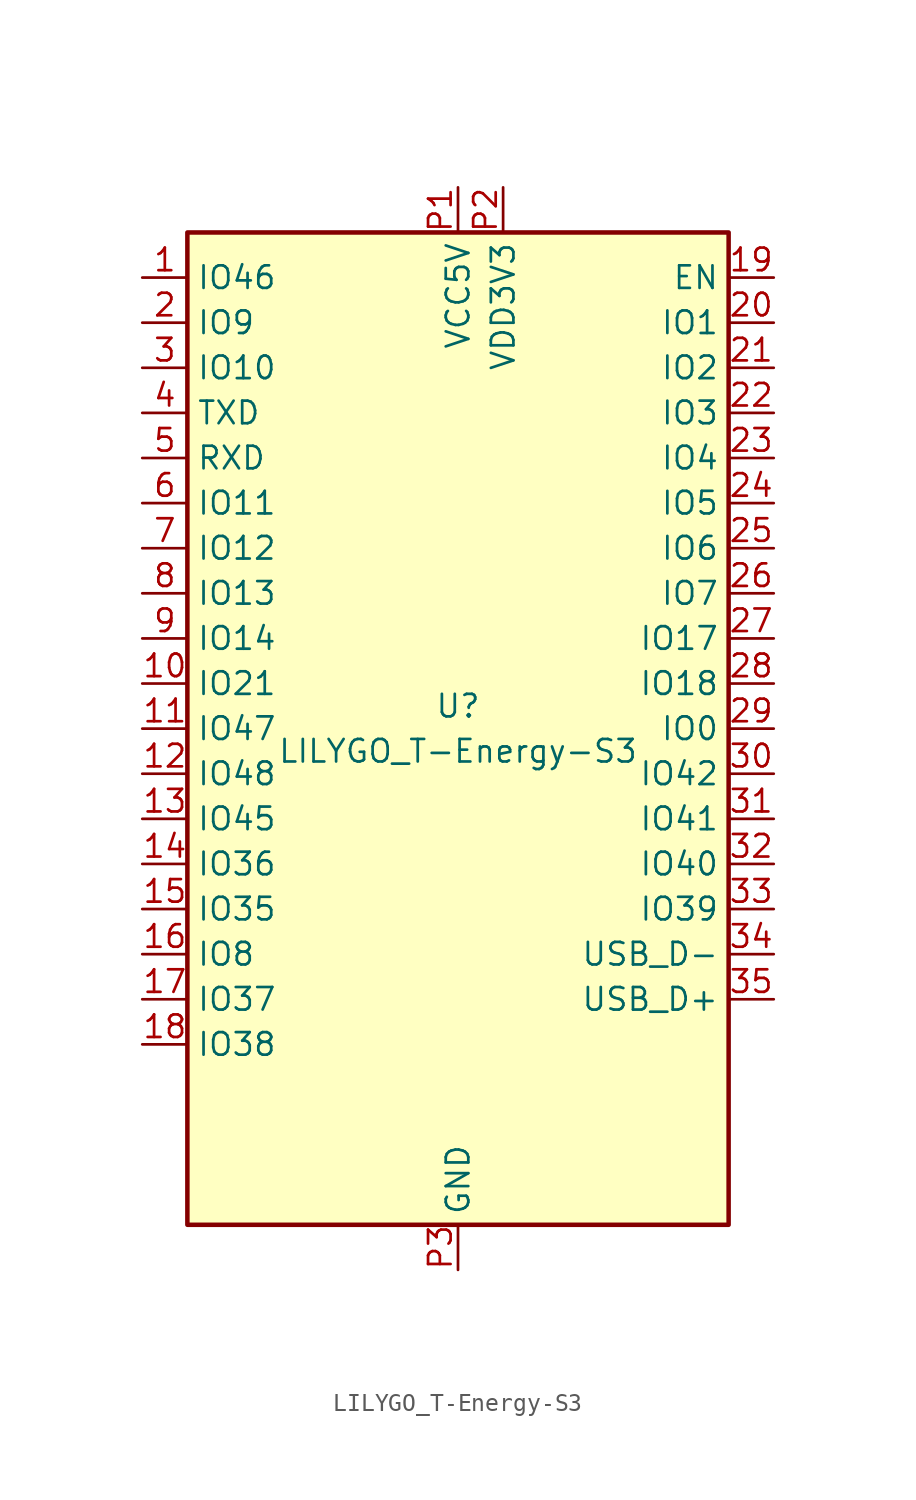
<source format=kicad_sym>
(kicad_symbol_lib
  (version 20231120)
  (generator "kicad_symbol_editor")
  (generator_version "8.0")
  (symbol "LILYGO_T-Energy-S3"
    (property "Reference" "U"
      (at 0 1.27 0)
      (effects (font (size 1.27 1.27))))
    (property "Value" "LILYGO_T-Energy-S3"
      (at 0 -1.27 0)
      (effects (font (size 1.27 1.27))))
    (symbol "LILYGO_T-Energy-S3_0_1"
      (rectangle (start -15.24 27.94) (end 15.24 -27.94) (stroke (width 0.254) (type default)) (fill (type background))))
    (symbol "LILYGO_T-Energy-S3_1_1"
      (pin bidirectional line (at -17.78 25.4 0) (length 2.54) (name "IO46" (effects (font (size 1.27 1.27)))) (number "1" (effects (font (size 1.27 1.27)))))
      (pin bidirectional line (at -17.78 2.54 0) (length 2.54) (name "IO21" (effects (font (size 1.27 1.27)))) (number "10" (effects (font (size 1.27 1.27)))))
      (pin bidirectional line (at -17.78 0 0) (length 2.54) (name "IO47" (effects (font (size 1.27 1.27)))) (number "11" (effects (font (size 1.27 1.27)))))
      (pin bidirectional line (at -17.78 -2.54 0) (length 2.54) (name "IO48" (effects (font (size 1.27 1.27)))) (number "12" (effects (font (size 1.27 1.27)))))
      (pin bidirectional line (at -17.78 -5.08 0) (length 2.54) (name "IO45" (effects (font (size 1.27 1.27)))) (number "13" (effects (font (size 1.27 1.27)))))
      (pin bidirectional line (at -17.78 -7.62 0) (length 2.54) (name "IO36" (effects (font (size 1.27 1.27)))) (number "14" (effects (font (size 1.27 1.27)))))
      (pin bidirectional line (at -17.78 -10.16 0) (length 2.54) (name "IO35" (effects (font (size 1.27 1.27)))) (number "15" (effects (font (size 1.27 1.27)))))
      (pin bidirectional line (at -17.78 -12.7 0) (length 2.54) (name "IO8" (effects (font (size 1.27 1.27)))) (number "16" (effects (font (size 1.27 1.27)))))
      (pin bidirectional line (at -17.78 -15.24 0) (length 2.54) (name "IO37" (effects (font (size 1.27 1.27)))) (number "17" (effects (font (size 1.27 1.27)))))
      (pin bidirectional line (at -17.78 -17.78 0) (length 2.54) (name "IO38" (effects (font (size 1.27 1.27)))) (number "18" (effects (font (size 1.27 1.27)))))
      (pin input line (at 17.78 25.4 180) (length 2.54) (name "EN" (effects (font (size 1.27 1.27)))) (number "19" (effects (font (size 1.27 1.27)))))
      (pin bidirectional line (at -17.78 22.86 0) (length 2.54) (name "IO9" (effects (font (size 1.27 1.27)))) (number "2" (effects (font (size 1.27 1.27)))))
      (pin bidirectional line (at 17.78 22.86 180) (length 2.54) (name "IO1" (effects (font (size 1.27 1.27)))) (number "20" (effects (font (size 1.27 1.27)))))
      (pin bidirectional line (at 17.78 20.32 180) (length 2.54) (name "IO2" (effects (font (size 1.27 1.27)))) (number "21" (effects (font (size 1.27 1.27)))))
      (pin bidirectional line (at 17.78 17.78 180) (length 2.54) (name "IO3" (effects (font (size 1.27 1.27)))) (number "22" (effects (font (size 1.27 1.27)))))
      (pin bidirectional line (at 17.78 15.24 180) (length 2.54) (name "IO4" (effects (font (size 1.27 1.27)))) (number "23" (effects (font (size 1.27 1.27)))))
      (pin bidirectional line (at 17.78 12.7 180) (length 2.54) (name "IO5" (effects (font (size 1.27 1.27)))) (number "24" (effects (font (size 1.27 1.27)))))
      (pin bidirectional line (at 17.78 10.16 180) (length 2.54) (name "IO6" (effects (font (size 1.27 1.27)))) (number "25" (effects (font (size 1.27 1.27)))))
      (pin bidirectional line (at 17.78 7.62 180) (length 2.54) (name "IO7" (effects (font (size 1.27 1.27)))) (number "26" (effects (font (size 1.27 1.27)))))
      (pin bidirectional line (at 17.78 5.08 180) (length 2.54) (name "IO17" (effects (font (size 1.27 1.27)))) (number "27" (effects (font (size 1.27 1.27)))))
      (pin bidirectional line (at 17.78 2.54 180) (length 2.54) (name "IO18" (effects (font (size 1.27 1.27)))) (number "28" (effects (font (size 1.27 1.27)))))
      (pin bidirectional line (at 17.78 0 180) (length 2.54) (name "IO0" (effects (font (size 1.27 1.27)))) (number "29" (effects (font (size 1.27 1.27)))))
      (pin bidirectional line (at -17.78 20.32 0) (length 2.54) (name "IO10" (effects (font (size 1.27 1.27)))) (number "3" (effects (font (size 1.27 1.27)))))
      (pin bidirectional line (at 17.78 -2.54 180) (length 2.54) (name "IO42" (effects (font (size 1.27 1.27)))) (number "30" (effects (font (size 1.27 1.27)))))
      (pin bidirectional line (at 17.78 -5.08 180) (length 2.54) (name "IO41" (effects (font (size 1.27 1.27)))) (number "31" (effects (font (size 1.27 1.27)))))
      (pin bidirectional line (at 17.78 -7.62 180) (length 2.54) (name "IO40" (effects (font (size 1.27 1.27)))) (number "32" (effects (font (size 1.27 1.27)))))
      (pin bidirectional line (at 17.78 -10.16 180) (length 2.54) (name "IO39" (effects (font (size 1.27 1.27)))) (number "33" (effects (font (size 1.27 1.27)))))
      (pin bidirectional line (at 17.78 -12.7 180) (length 2.54) (name "USB_D-" (effects (font (size 1.27 1.27)))) (number "34" (effects (font (size 1.27 1.27)))))
      (pin bidirectional line (at 17.78 -15.24 180) (length 2.54) (name "USB_D+" (effects (font (size 1.27 1.27)))) (number "35" (effects (font (size 1.27 1.27)))))
      (pin bidirectional line (at -17.78 17.78 0) (length 2.54) (name "TXD" (effects (font (size 1.27 1.27)))) (number "4" (effects (font (size 1.27 1.27)))))
      (pin bidirectional line (at -17.78 15.24 0) (length 2.54) (name "RXD" (effects (font (size 1.27 1.27)))) (number "5" (effects (font (size 1.27 1.27)))))
      (pin bidirectional line (at -17.78 12.7 0) (length 2.54) (name "IO11" (effects (font (size 1.27 1.27)))) (number "6" (effects (font (size 1.27 1.27)))))
      (pin bidirectional line (at -17.78 10.16 0) (length 2.54) (name "IO12" (effects (font (size 1.27 1.27)))) (number "7" (effects (font (size 1.27 1.27)))))
      (pin bidirectional line (at -17.78 7.62 0) (length 2.54) (name "IO13" (effects (font (size 1.27 1.27)))) (number "8" (effects (font (size 1.27 1.27)))))
      (pin bidirectional line (at -17.78 5.08 0) (length 2.54) (name "IO14" (effects (font (size 1.27 1.27)))) (number "9" (effects (font (size 1.27 1.27)))))
      (pin power_in line (at 0 30.48 270) (length 2.54) (name "VCC5V" (effects (font (size 1.27 1.27)))) (number "P1" (effects (font (size 1.27 1.27)))))
      (pin power_in line (at 2.54 30.48 270) (length 2.54) (name "VDD3V3" (effects (font (size 1.27 1.27)))) (number "P2" (effects (font (size 1.27 1.27)))))
      (pin power_in line (at 0 -30.48 90) (length 2.54) (name "GND" (effects (font (size 1.27 1.27)))) (number "P3" (effects (font (size 1.27 1.27))))))))
</source>
